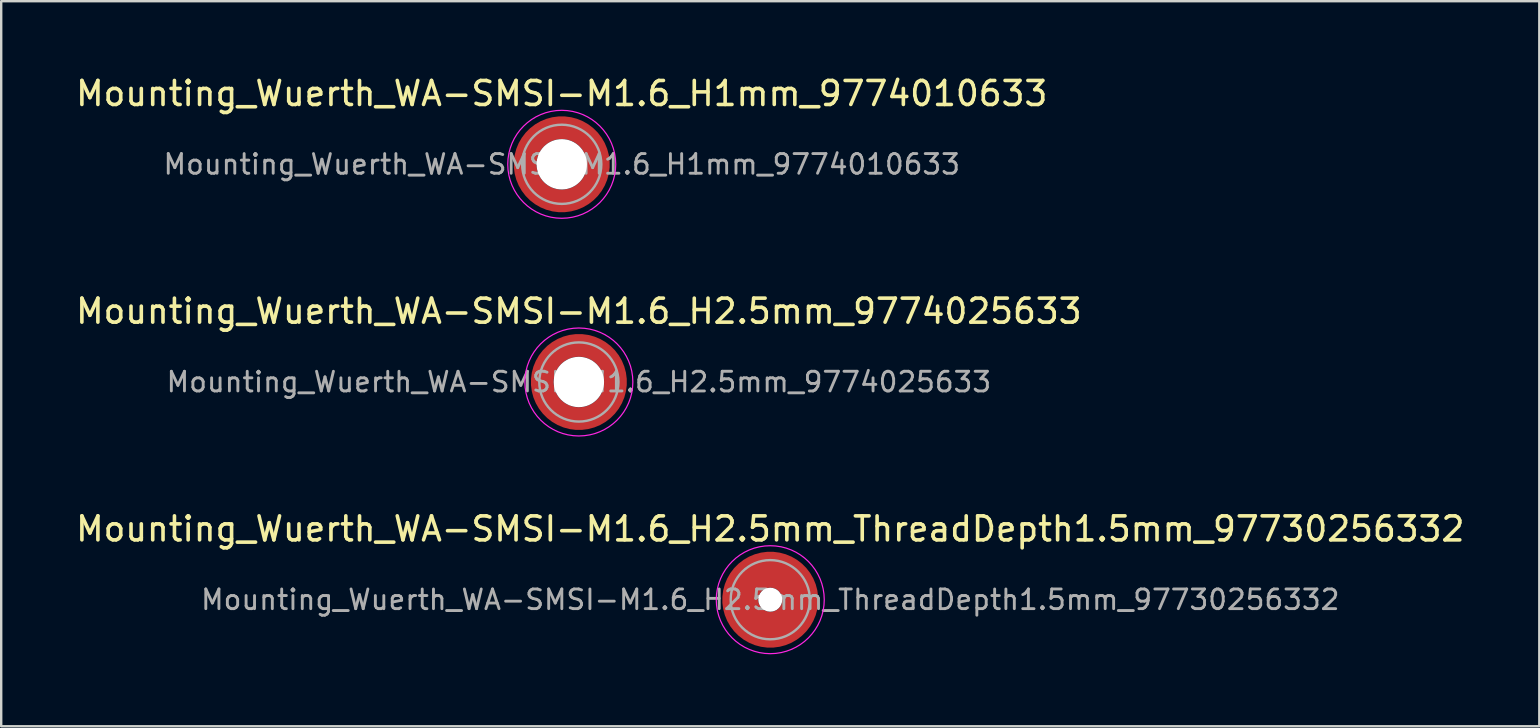
<source format=kicad_pcb>
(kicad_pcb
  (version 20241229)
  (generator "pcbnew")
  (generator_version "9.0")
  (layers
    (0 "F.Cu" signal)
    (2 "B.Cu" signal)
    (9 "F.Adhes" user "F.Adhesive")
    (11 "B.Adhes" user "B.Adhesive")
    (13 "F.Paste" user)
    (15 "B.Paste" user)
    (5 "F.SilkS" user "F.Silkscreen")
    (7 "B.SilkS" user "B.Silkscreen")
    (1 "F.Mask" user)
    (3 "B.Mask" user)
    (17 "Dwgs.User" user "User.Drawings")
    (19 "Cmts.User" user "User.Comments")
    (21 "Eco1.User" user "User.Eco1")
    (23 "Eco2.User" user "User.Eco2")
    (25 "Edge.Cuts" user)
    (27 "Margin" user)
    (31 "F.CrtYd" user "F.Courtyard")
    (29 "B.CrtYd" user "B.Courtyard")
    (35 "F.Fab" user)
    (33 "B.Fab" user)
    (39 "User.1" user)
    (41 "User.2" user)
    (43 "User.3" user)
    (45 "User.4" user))
  (footprint "Mounting_Wuerth_WA-SMSI-M1.6_H2.5mm_9774025633"
    (layer "F.Cu")
    (at 21.077 12.871)
    (property "Reference" "Mounting_Wuerth_WA-SMSI-M1.6_H2.5mm_9774025633" (at 0 -2.95 0) (layer "F.SilkS") (effects (font (size 1 1) (thickness 0.15))))
    (attr smd)
    (fp_circle (center 0 0) (end 2.25 0) (stroke (width 0.05) (type solid)) (fill no) (layer "F.CrtYd"))
    (fp_circle (center 0 0) (end 1.65 0) (stroke (width 0.1) (type solid)) (fill no) (layer "F.Fab"))
    (fp_text user "${REFERENCE}" (at 0 0 0) (layer "F.Fab") (effects (font (size 0.82 0.82) (thickness 0.12))))
    (pad "" smd custom (at -1.061 -1.061) (size 0.4 0.4) (layers "F.Paste") (options (anchor circle)) (primitives (gr_arc (start -0.101235 0.76066) (mid 0.211799 0.212465) (end 0.759748 -0.100999) (width 0.2)) (gr_arc (start -0.204251 0.76066) (mid 0.141299 0.141544) (end 0.760323 -0.204171) (width 0.2)) (gr_arc (start -0.306819 0.76066) (mid 0.070255 0.071167) (end 0.759401 -0.306542) (width 0.2)) (gr_arc (start -0.409034 0.76066) (mid -0.000242 0.000241) (end 0.759991 -0.408897) (width 0.2)) (gr_arc (start -0.510963 0.76066) (mid -0.071561 -0.06986) (end 0.758297 -0.51051) (width 0.2)) (gr_arc (start -0.61266 0.76066) (mid -0.142171 -0.140671) (end 0.758572 -0.612284) (width 0.2)) (gr_arc (start -0.714164 0.76066) (mid -0.212264 -0.212) (end 0.760292 -0.714102) (width 0.2)) (gr_line (start 0.761 -0.101) (end 0.761 -0.714) (width 0.2)) (gr_line (start -0.101 0.761) (end -0.714 0.761) (width 0.2))))
    (pad "" smd custom (at -1.061 1.061) (size 0.4 0.4) (layers "F.Paste") (options (anchor circle)) (primitives (gr_arc (start 0.76066 0.101235) (mid 0.212465 -0.211799) (end -0.100999 -0.759748) (width 0.2)) (gr_arc (start 0.76066 0.204251) (mid 0.141544 -0.141299) (end -0.204171 -0.760323) (width 0.2)) (gr_arc (start 0.76066 0.306819) (mid 0.071167 -0.070255) (end -0.306542 -0.759401) (width 0.2)) (gr_arc (start 0.76066 0.409034) (mid 0.000241 0.000242) (end -0.408897 -0.759991) (width 0.2)) (gr_arc (start 0.76066 0.510963) (mid -0.06986 0.071561) (end -0.51051 -0.758297) (width 0.2)) (gr_arc (start 0.76066 0.61266) (mid -0.140671 0.142171) (end -0.612284 -0.758572) (width 0.2)) (gr_arc (start 0.76066 0.714164) (mid -0.212 0.212264) (end -0.714102 -0.760292) (width 0.2)) (gr_line (start -0.101 -0.761) (end -0.714 -0.761) (width 0.2)) (gr_line (start 0.761 0.101) (end 0.761 0.714) (width 0.2))))
    (pad "" np_thru_hole circle (at 0 0) (size 2.1 2.1) (drill 2.1) (layers "*.Cu" "*.Mask"))
    (pad "" smd custom (at 1.061 -1.061) (size 0.4 0.4) (layers "F.Paste") (options (anchor circle)) (primitives (gr_arc (start -0.76066 -0.101235) (mid -0.212465 0.211799) (end 0.100999 0.759748) (width 0.2)) (gr_arc (start -0.76066 -0.204251) (mid -0.141544 0.141299) (end 0.204171 0.760323) (width 0.2)) (gr_arc (start -0.76066 -0.306819) (mid -0.071167 0.070255) (end 0.306542 0.759401) (width 0.2)) (gr_arc (start -0.76066 -0.409034) (mid -0.000241 -0.000242) (end 0.408897 0.759991) (width 0.2)) (gr_arc (start -0.76066 -0.510963) (mid 0.06986 -0.071561) (end 0.51051 0.758297) (width 0.2)) (gr_arc (start -0.76066 -0.61266) (mid 0.140671 -0.142171) (end 0.612284 0.758572) (width 0.2)) (gr_arc (start -0.76066 -0.714164) (mid 0.212 -0.212264) (end 0.714102 0.760292) (width 0.2)) (gr_line (start 0.101 0.761) (end 0.714 0.761) (width 0.2)) (gr_line (start -0.761 -0.101) (end -0.761 -0.714) (width 0.2))))
    (pad "" smd custom (at 1.061 1.061) (size 0.4 0.4) (layers "F.Paste") (options (anchor circle)) (primitives (gr_arc (start 0.101235 -0.76066) (mid -0.211799 -0.212465) (end -0.759748 0.100999) (width 0.2)) (gr_arc (start 0.204251 -0.76066) (mid -0.141299 -0.141544) (end -0.760323 0.204171) (width 0.2)) (gr_arc (start 0.306819 -0.76066) (mid -0.070255 -0.071167) (end -0.759401 0.306542) (width 0.2)) (gr_arc (start 0.409034 -0.76066) (mid 0.000242 -0.000241) (end -0.759991 0.408897) (width 0.2)) (gr_arc (start 0.510963 -0.76066) (mid 0.071561 0.06986) (end -0.758297 0.51051) (width 0.2)) (gr_arc (start 0.61266 -0.76066) (mid 0.142171 0.140671) (end -0.758572 0.612284) (width 0.2)) (gr_arc (start 0.714164 -0.76066) (mid 0.212264 0.212) (end -0.760292 0.714102) (width 0.2)) (gr_line (start -0.761 0.101) (end -0.761 0.714) (width 0.2)) (gr_line (start 0.101 -0.761) (end 0.714 -0.761) (width 0.2))))
    (pad "1" smd circle (at -1.525 0) (size 0.55 0.55) (layers "F.Cu"))
    (pad "1" smd circle (at 0 -1.525) (size 0.55 0.55) (layers "F.Cu"))
    (pad "1" smd circle (at 0 1.525) (size 0.55 0.55) (layers "F.Cu"))
    (pad "1" smd custom (at 1.525 0) (size 0.55 0.55) (layers "F.Cu" "F.Mask") (options (anchor circle)) (primitives (gr_circle (center -1.525 0) (end 0 0) (width 0.95) (fill no)))))
  (footprint "Mounting_Wuerth_WA-SMSI-M1.6_H2.5mm_ThreadDepth1.5mm_97730256332"
    (layer "F.Cu")
    (at 29.054 21.945)
    (property "Reference" "Mounting_Wuerth_WA-SMSI-M1.6_H2.5mm_ThreadDepth1.5mm_97730256332" (at 0 -2.95 0) (layer "F.SilkS") (effects (font (size 1 1) (thickness 0.15))))
    (attr smd)
    (fp_circle (center 0 0) (end 2.25 0) (stroke (width 0.05) (type solid)) (fill no) (layer "F.CrtYd"))
    (fp_circle (center 0 0) (end 1.65 0) (stroke (width 0.1) (type solid)) (fill no) (layer "F.Fab"))
    (fp_text user "${REFERENCE}" (at 0 0 0) (layer "F.Fab") (effects (font (size 0.82 0.82) (thickness 0.12))))
    (pad "" smd custom (at 0 -1.25) (size 0.9 0.9) (layers "F.Paste") (options (anchor circle)) (primitives (gr_arc (start -0.259808 0.6) (mid -0.00045 0.55) (end 0.258972 0.599667) (width 0.2)) (gr_arc (start -0.466369 0.6) (mid -0.000127 0.45) (end 0.466163 0.599852) (width 0.2)) (gr_arc (start -0.622495 0.6) (mid -0.000185 0.35) (end 0.622228 0.599745) (width 0.2)) (gr_arc (start -0.759934 0.6) (mid -0.000146 0.25) (end 0.759744 0.599777) (width 0.2)) (gr_arc (start -0.887412 0.6) (mid -0.000546 0.15) (end 0.886766 0.599119) (width 0.2)) (gr_arc (start -1.008712 0.6) (mid -0.000059 0.05) (end 1.008648 0.5999) (width 0.2)) (gr_arc (start -1.125833 0.6) (mid -0.001134 -0.049999) (end 1.124697 0.598036) (width 0.2)) (gr_arc (start -1.23996 0.6) (mid -0.00088 -0.15) (end 1.239142 0.598442) (width 0.2)) (gr_arc (start -1.351851 0.6) (mid -0.000542 -0.25) (end 1.351381 0.599023) (width 0.2)) (gr_arc (start -1.462019 0.6) (mid -0.000852 -0.35) (end 1.461326 0.598443) (width 0.2)) (gr_arc (start -1.570828 0.6) (mid -0.000608 -0.45) (end 1.570363 0.598876) (width 0.2)) (gr_arc (start -1.678541 0.6) (mid -0.000991 -0.55) (end 1.677824 0.598152) (width 0.2)) (gr_line (start 0.26 0.6) (end 1.679 0.6) (width 0.2)) (gr_line (start -0.26 0.6) (end -1.679 0.6) (width 0.2))))
    (pad "" np_thru_hole circle (at 0 0) (size 1 1) (drill 1) (layers "*.Cu" "*.Mask"))
    (pad "" smd custom (at 0 1.25) (size 0.9 0.9) (layers "F.Paste") (options (anchor circle)) (primitives (gr_arc (start 0.259808 -0.6) (mid 0.00045 -0.55) (end -0.258972 -0.599667) (width 0.2)) (gr_arc (start 0.466369 -0.6) (mid 0.000127 -0.45) (end -0.466163 -0.599852) (width 0.2)) (gr_arc (start 0.622495 -0.6) (mid 0.000185 -0.35) (end -0.622228 -0.599745) (width 0.2)) (gr_arc (start 0.759934 -0.6) (mid 0.000146 -0.25) (end -0.759744 -0.599777) (width 0.2)) (gr_arc (start 0.887412 -0.6) (mid 0.000546 -0.15) (end -0.886766 -0.599119) (width 0.2)) (gr_arc (start 1.008712 -0.6) (mid 0.000059 -0.05) (end -1.008648 -0.5999) (width 0.2)) (gr_arc (start 1.125833 -0.6) (mid 0.001134 0.049999) (end -1.124697 -0.598036) (width 0.2)) (gr_arc (start 1.23996 -0.6) (mid 0.00088 0.15) (end -1.239142 -0.598442) (width 0.2)) (gr_arc (start 1.351851 -0.6) (mid 0.000542 0.25) (end -1.351381 -0.599023) (width 0.2)) (gr_arc (start 1.462019 -0.6) (mid 0.000852 0.35) (end -1.461326 -0.598443) (width 0.2)) (gr_arc (start 1.570828 -0.6) (mid 0.000608 0.45) (end -1.570363 -0.598876) (width 0.2)) (gr_arc (start 1.678541 -0.6) (mid 0.000991 0.55) (end -1.677824 -0.598152) (width 0.2)) (gr_line (start -0.26 -0.6) (end -1.679 -0.6) (width 0.2)) (gr_line (start 0.26 -0.6) (end 1.679 -0.6) (width 0.2))))
    (pad "1" smd circle (at -1.25 0) (size 1.1 1.1) (layers "F.Cu"))
    (pad "1" smd circle (at 0 -1.25) (size 1.1 1.1) (layers "F.Cu"))
    (pad "1" smd circle (at 0 1.25) (size 1.1 1.1) (layers "F.Cu"))
    (pad "1" smd custom (at 1.25 0) (size 1.1 1.1) (layers "F.Cu" "F.Mask") (options (anchor circle)) (primitives (gr_circle (center -1.25 0) (end 0 0) (width 1.5) (fill no)))))
  (footprint "Mounting_Wuerth_WA-SMSI-M1.6_H1mm_9774010633"
    (layer "F.Cu")
    (at 20.363 3.798)
    (property "Reference" "Mounting_Wuerth_WA-SMSI-M1.6_H1mm_9774010633" (at 0 -2.95 0) (layer "F.SilkS") (effects (font (size 1 1) (thickness 0.15))))
    (attr smd)
    (fp_circle (center 0 0) (end 2.25 0) (stroke (width 0.05) (type solid)) (fill no) (layer "F.CrtYd"))
    (fp_circle (center 0 0) (end 1.65 0) (stroke (width 0.1) (type solid)) (fill no) (layer "F.Fab"))
    (fp_text user "${REFERENCE}" (at 0 0 0) (layer "F.Fab") (effects (font (size 0.82 0.82) (thickness 0.12))))
    (pad "" smd custom (at -1.061 -1.061) (size 0.4 0.4) (layers "F.Paste") (options (anchor circle)) (primitives (gr_arc (start -0.101235 0.76066) (mid 0.211799 0.212465) (end 0.759748 -0.100999) (width 0.2)) (gr_arc (start -0.204251 0.76066) (mid 0.141299 0.141544) (end 0.760323 -0.204171) (width 0.2)) (gr_arc (start -0.306819 0.76066) (mid 0.070255 0.071167) (end 0.759401 -0.306542) (width 0.2)) (gr_arc (start -0.409034 0.76066) (mid -0.000242 0.000241) (end 0.759991 -0.408897) (width 0.2)) (gr_arc (start -0.510963 0.76066) (mid -0.071561 -0.06986) (end 0.758297 -0.51051) (width 0.2)) (gr_arc (start -0.61266 0.76066) (mid -0.142171 -0.140671) (end 0.758572 -0.612284) (width 0.2)) (gr_arc (start -0.714164 0.76066) (mid -0.212264 -0.212) (end 0.760292 -0.714102) (width 0.2)) (gr_line (start 0.761 -0.101) (end 0.761 -0.714) (width 0.2)) (gr_line (start -0.101 0.761) (end -0.714 0.761) (width 0.2))))
    (pad "" smd custom (at -1.061 1.061) (size 0.4 0.4) (layers "F.Paste") (options (anchor circle)) (primitives (gr_arc (start 0.76066 0.101235) (mid 0.212465 -0.211799) (end -0.100999 -0.759748) (width 0.2)) (gr_arc (start 0.76066 0.204251) (mid 0.141544 -0.141299) (end -0.204171 -0.760323) (width 0.2)) (gr_arc (start 0.76066 0.306819) (mid 0.071167 -0.070255) (end -0.306542 -0.759401) (width 0.2)) (gr_arc (start 0.76066 0.409034) (mid 0.000241 0.000242) (end -0.408897 -0.759991) (width 0.2)) (gr_arc (start 0.76066 0.510963) (mid -0.06986 0.071561) (end -0.51051 -0.758297) (width 0.2)) (gr_arc (start 0.76066 0.61266) (mid -0.140671 0.142171) (end -0.612284 -0.758572) (width 0.2)) (gr_arc (start 0.76066 0.714164) (mid -0.212 0.212264) (end -0.714102 -0.760292) (width 0.2)) (gr_line (start -0.101 -0.761) (end -0.714 -0.761) (width 0.2)) (gr_line (start 0.761 0.101) (end 0.761 0.714) (width 0.2))))
    (pad "" np_thru_hole circle (at 0 0) (size 2.1 2.1) (drill 2.1) (layers "*.Cu" "*.Mask"))
    (pad "" smd custom (at 1.061 -1.061) (size 0.4 0.4) (layers "F.Paste") (options (anchor circle)) (primitives (gr_arc (start -0.76066 -0.101235) (mid -0.212465 0.211799) (end 0.100999 0.759748) (width 0.2)) (gr_arc (start -0.76066 -0.204251) (mid -0.141544 0.141299) (end 0.204171 0.760323) (width 0.2)) (gr_arc (start -0.76066 -0.306819) (mid -0.071167 0.070255) (end 0.306542 0.759401) (width 0.2)) (gr_arc (start -0.76066 -0.409034) (mid -0.000241 -0.000242) (end 0.408897 0.759991) (width 0.2)) (gr_arc (start -0.76066 -0.510963) (mid 0.06986 -0.071561) (end 0.51051 0.758297) (width 0.2)) (gr_arc (start -0.76066 -0.61266) (mid 0.140671 -0.142171) (end 0.612284 0.758572) (width 0.2)) (gr_arc (start -0.76066 -0.714164) (mid 0.212 -0.212264) (end 0.714102 0.760292) (width 0.2)) (gr_line (start 0.101 0.761) (end 0.714 0.761) (width 0.2)) (gr_line (start -0.761 -0.101) (end -0.761 -0.714) (width 0.2))))
    (pad "" smd custom (at 1.061 1.061) (size 0.4 0.4) (layers "F.Paste") (options (anchor circle)) (primitives (gr_arc (start 0.101235 -0.76066) (mid -0.211799 -0.212465) (end -0.759748 0.100999) (width 0.2)) (gr_arc (start 0.204251 -0.76066) (mid -0.141299 -0.141544) (end -0.760323 0.204171) (width 0.2)) (gr_arc (start 0.306819 -0.76066) (mid -0.070255 -0.071167) (end -0.759401 0.306542) (width 0.2)) (gr_arc (start 0.409034 -0.76066) (mid 0.000242 -0.000241) (end -0.759991 0.408897) (width 0.2)) (gr_arc (start 0.510963 -0.76066) (mid 0.071561 0.06986) (end -0.758297 0.51051) (width 0.2)) (gr_arc (start 0.61266 -0.76066) (mid 0.142171 0.140671) (end -0.758572 0.612284) (width 0.2)) (gr_arc (start 0.714164 -0.76066) (mid 0.212264 0.212) (end -0.760292 0.714102) (width 0.2)) (gr_line (start -0.761 0.101) (end -0.761 0.714) (width 0.2)) (gr_line (start 0.101 -0.761) (end 0.714 -0.761) (width 0.2))))
    (pad "1" smd circle (at -1.525 0) (size 0.55 0.55) (layers "F.Cu"))
    (pad "1" smd circle (at 0 -1.525) (size 0.55 0.55) (layers "F.Cu"))
    (pad "1" smd circle (at 0 1.525) (size 0.55 0.55) (layers "F.Cu"))
    (pad "1" smd custom (at 1.525 0) (size 0.55 0.55) (layers "F.Cu" "F.Mask") (options (anchor circle)) (primitives (gr_circle (center -1.525 0) (end 0 0) (width 0.95) (fill no)))))
  (gr_rect
    (start -3 -3)
    (end 61.107 27.22)
    (stroke (width 0.1) (type default))
    (fill no)
    (layer "Edge.Cuts")))
</source>
